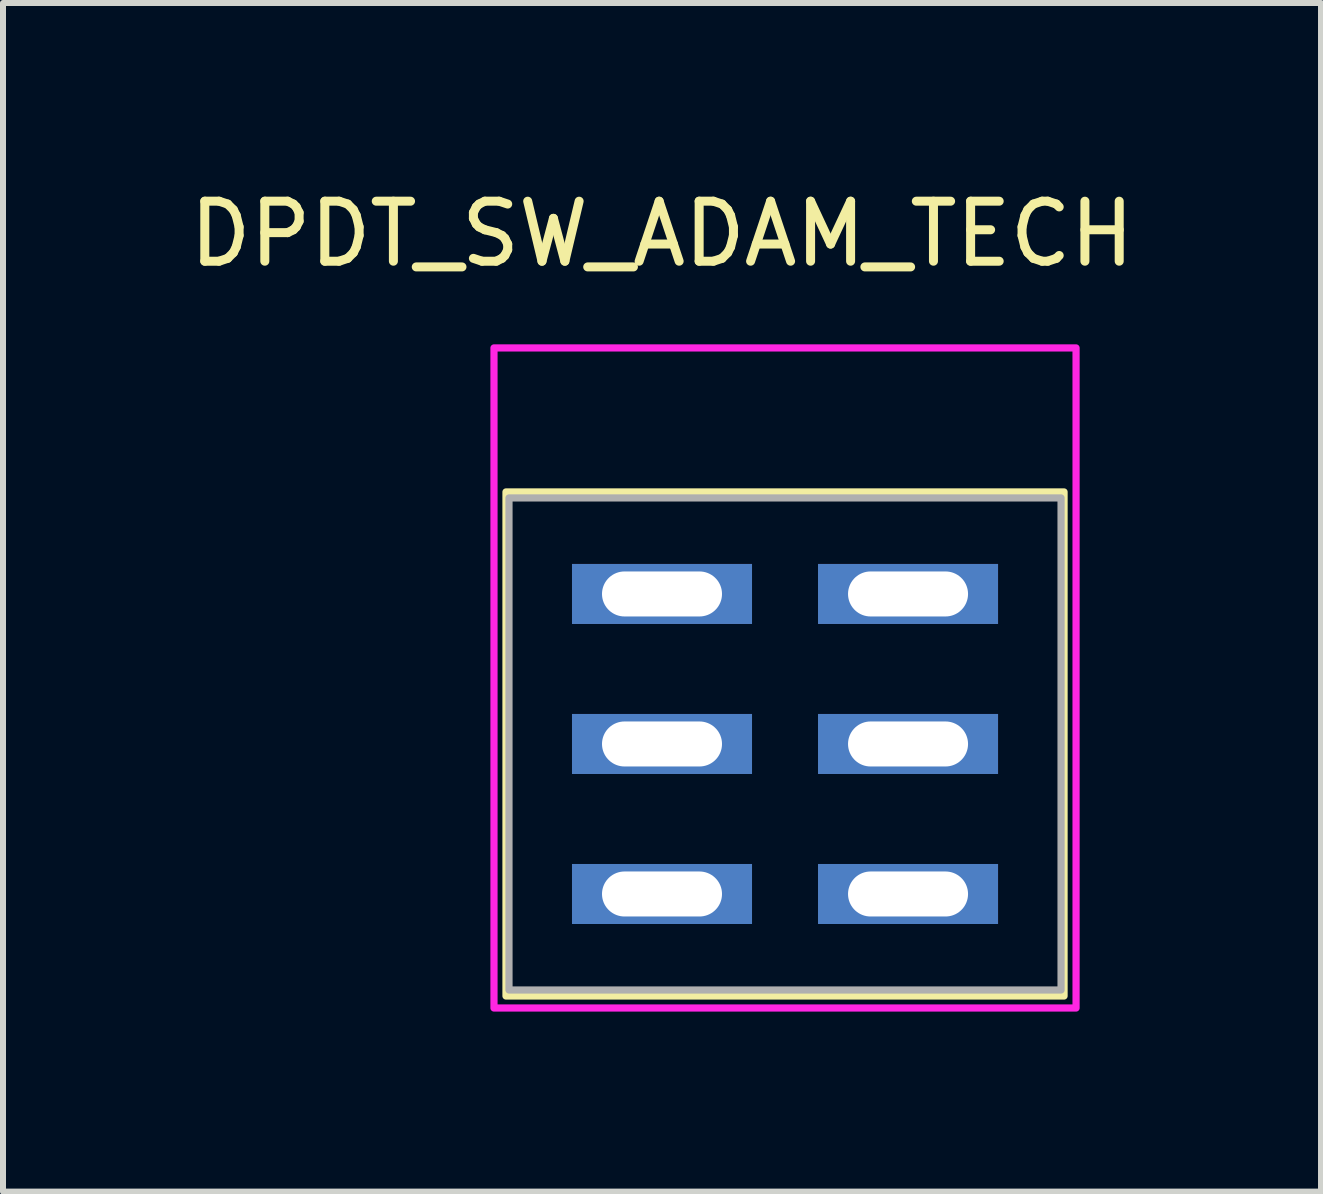
<source format=kicad_pcb>
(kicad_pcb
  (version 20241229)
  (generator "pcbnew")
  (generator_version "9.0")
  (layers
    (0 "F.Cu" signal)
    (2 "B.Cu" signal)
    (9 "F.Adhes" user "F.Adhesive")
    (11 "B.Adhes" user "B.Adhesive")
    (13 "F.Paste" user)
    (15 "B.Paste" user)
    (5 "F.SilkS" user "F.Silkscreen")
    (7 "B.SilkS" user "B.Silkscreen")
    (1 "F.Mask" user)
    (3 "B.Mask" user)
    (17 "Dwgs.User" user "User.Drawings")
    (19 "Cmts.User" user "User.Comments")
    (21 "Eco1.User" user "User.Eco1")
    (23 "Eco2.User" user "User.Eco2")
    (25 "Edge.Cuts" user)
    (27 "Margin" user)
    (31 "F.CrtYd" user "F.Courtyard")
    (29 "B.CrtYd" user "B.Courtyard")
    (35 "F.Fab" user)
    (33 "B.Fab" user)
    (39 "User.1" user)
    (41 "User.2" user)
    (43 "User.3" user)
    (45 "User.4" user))
  (footprint "DPDT_SW_ADAM_TECH"
    (layer "F.Cu")
    (at 7.982 6.848)
    (property "Reference" "DPDT_SW_ADAM_TECH" (at 0 -6 0) (unlocked yes) (layer "F.SilkS") (effects (font (size 1 1) (thickness 0.15))))
    (attr through_hole)
    (fp_rect (start -2.6 -1.7) (end 6.7 6.7) (stroke (width 0.12) (type solid)) (fill no) (layer "F.SilkS"))
    (fp_rect (start -2.8 -4.1) (end 6.9 6.9) (stroke (width 0.12) (type solid)) (fill no) (layer "F.CrtYd"))
    (fp_rect (start -2.55 -1.6) (end 6.65 6.6) (stroke (width 0.12) (type solid)) (fill no) (layer "F.Fab"))
    (pad "1" thru_hole rect (at 0 0) (size 3 1) (drill oval 2 0.75) (layers "*.Cu" "*.Mask"))
    (pad "2" thru_hole rect (at 0 2.5) (size 3 1) (drill oval 2 0.75) (layers "*.Cu" "*.Mask"))
    (pad "3" thru_hole rect (at 0 5) (size 3 1) (drill oval 2 0.75) (layers "*.Cu" "*.Mask"))
    (pad "4" thru_hole rect (at 4.1 0) (size 3 1) (drill oval 2 0.75) (layers "*.Cu" "*.Mask"))
    (pad "5" thru_hole rect (at 4.1 2.5) (size 3 1) (drill oval 2 0.75) (layers "*.Cu" "*.Mask"))
    (pad "6" thru_hole rect (at 4.1 5) (size 3 1) (drill oval 2 0.75) (layers "*.Cu" "*.Mask")))
  (gr_rect
    (start -3 -3)
    (end 18.964 16.808)
    (stroke (width 0.1) (type default))
    (fill no)
    (layer "Edge.Cuts")))
</source>
